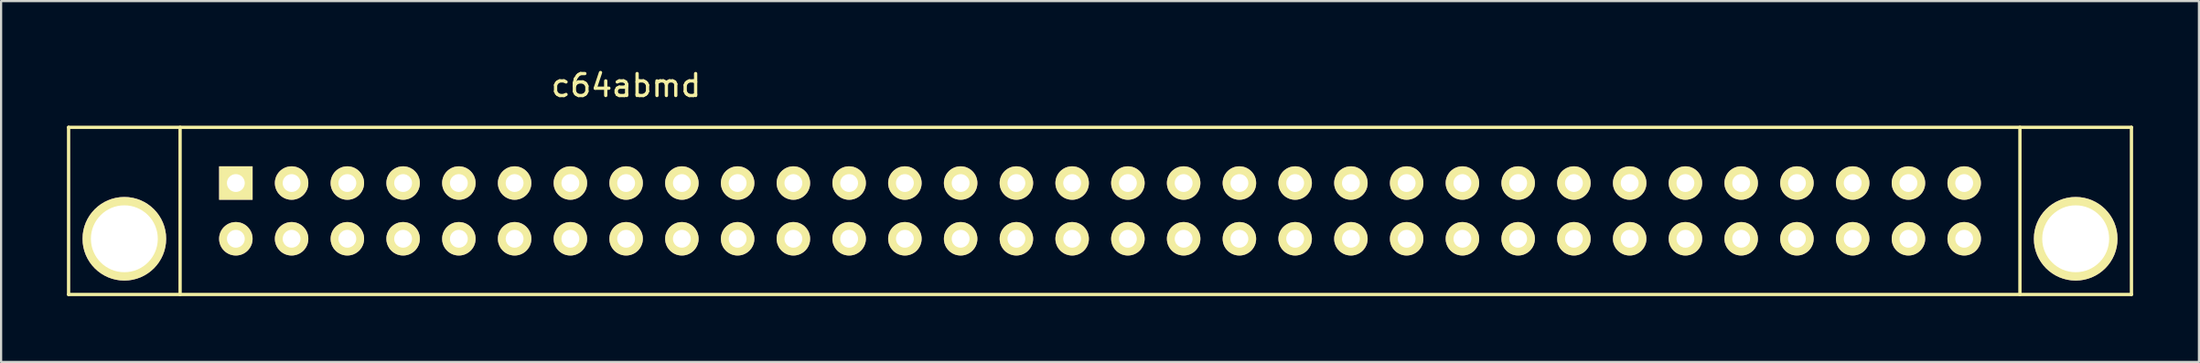
<source format=kicad_pcb>
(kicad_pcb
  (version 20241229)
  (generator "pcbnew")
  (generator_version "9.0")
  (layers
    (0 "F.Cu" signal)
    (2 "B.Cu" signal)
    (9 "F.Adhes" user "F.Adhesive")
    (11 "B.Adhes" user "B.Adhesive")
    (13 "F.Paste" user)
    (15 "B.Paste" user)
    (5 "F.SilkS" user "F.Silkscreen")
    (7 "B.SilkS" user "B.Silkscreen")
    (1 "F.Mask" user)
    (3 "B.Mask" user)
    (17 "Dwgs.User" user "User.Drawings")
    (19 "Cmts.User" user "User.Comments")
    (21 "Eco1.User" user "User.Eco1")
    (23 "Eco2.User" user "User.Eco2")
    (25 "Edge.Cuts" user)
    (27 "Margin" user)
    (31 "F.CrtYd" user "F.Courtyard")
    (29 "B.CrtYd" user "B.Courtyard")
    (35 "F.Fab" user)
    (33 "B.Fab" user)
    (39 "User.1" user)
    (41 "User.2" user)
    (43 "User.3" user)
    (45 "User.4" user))
  (footprint "c64abmd"
    (layer "F.Cu")
    (at 47.065 6.563)
    (property "Reference" "c64abmd" (at -21.59 -5.715 0) (layer "F.SilkS") (effects (font (size 1 1) (thickness 0.15))))
    (attr through_hole)
    (fp_line (start -46.99 -3.81) (end 46.99 -3.81) (stroke (width 0.15) (type solid)) (layer "F.SilkS"))
    (fp_line (start -46.99 3.81) (end -46.99 -3.81) (stroke (width 0.15) (type solid)) (layer "F.SilkS"))
    (fp_line (start -46.99 3.81) (end 46.99 3.81) (stroke (width 0.15) (type solid)) (layer "F.SilkS"))
    (fp_line (start -41.91 3.81) (end -41.91 -3.81) (stroke (width 0.15) (type solid)) (layer "F.SilkS"))
    (fp_line (start 41.91 3.81) (end 41.91 -3.81) (stroke (width 0.15) (type solid)) (layer "F.SilkS"))
    (fp_line (start 46.99 -3.81) (end 46.99 3.81) (stroke (width 0.15) (type solid)) (layer "F.SilkS"))
    (pad "65" thru_hole circle (at -44.45 1.27) (size 3.81 3.81) (drill 3.048) (layers "*.Cu" "*.Mask" "F.SilkS"))
    (pad "66" thru_hole circle (at 44.45 1.27) (size 3.81 3.81) (drill 3.048) (layers "*.Cu" "*.Mask" "F.SilkS"))
    (pad "A1" thru_hole rect (at -39.37 -1.27) (size 1.524 1.524) (drill 0.813) (layers "*.Cu" "*.Mask" "F.SilkS"))
    (pad "A2" thru_hole circle (at -36.83 -1.27) (size 1.524 1.524) (drill 0.813) (layers "*.Cu" "*.Mask" "F.SilkS"))
    (pad "A3" thru_hole circle (at -34.29 -1.27) (size 1.524 1.524) (drill 0.813) (layers "*.Cu" "*.Mask" "F.SilkS"))
    (pad "A4" thru_hole circle (at -31.75 -1.27) (size 1.524 1.524) (drill 0.813) (layers "*.Cu" "*.Mask" "F.SilkS"))
    (pad "A5" thru_hole circle (at -29.21 -1.27) (size 1.524 1.524) (drill 0.813) (layers "*.Cu" "*.Mask" "F.SilkS"))
    (pad "A6" thru_hole circle (at -26.67 -1.27) (size 1.524 1.524) (drill 0.813) (layers "*.Cu" "*.Mask" "F.SilkS"))
    (pad "A7" thru_hole circle (at -24.13 -1.27) (size 1.524 1.524) (drill 0.813) (layers "*.Cu" "*.Mask" "F.SilkS"))
    (pad "A8" thru_hole circle (at -21.59 -1.27) (size 1.524 1.524) (drill 0.813) (layers "*.Cu" "*.Mask" "F.SilkS"))
    (pad "A9" thru_hole circle (at -19.05 -1.27) (size 1.524 1.524) (drill 0.813) (layers "*.Cu" "*.Mask" "F.SilkS"))
    (pad "A10" thru_hole circle (at -16.51 -1.27) (size 1.524 1.524) (drill 0.813) (layers "*.Cu" "*.Mask" "F.SilkS"))
    (pad "A11" thru_hole circle (at -13.97 -1.27) (size 1.524 1.524) (drill 0.813) (layers "*.Cu" "*.Mask" "F.SilkS"))
    (pad "A12" thru_hole circle (at -11.43 -1.27) (size 1.524 1.524) (drill 0.813) (layers "*.Cu" "*.Mask" "F.SilkS"))
    (pad "A13" thru_hole circle (at -8.89 -1.27) (size 1.524 1.524) (drill 0.813) (layers "*.Cu" "*.Mask" "F.SilkS"))
    (pad "A14" thru_hole circle (at -6.35 -1.27) (size 1.524 1.524) (drill 0.813) (layers "*.Cu" "*.Mask" "F.SilkS"))
    (pad "A15" thru_hole circle (at -3.81 -1.27) (size 1.524 1.524) (drill 0.813) (layers "*.Cu" "*.Mask" "F.SilkS"))
    (pad "A16" thru_hole circle (at -1.27 -1.27) (size 1.524 1.524) (drill 0.813) (layers "*.Cu" "*.Mask" "F.SilkS"))
    (pad "A17" thru_hole circle (at 1.27 -1.27) (size 1.524 1.524) (drill 0.813) (layers "*.Cu" "*.Mask" "F.SilkS"))
    (pad "A18" thru_hole circle (at 3.81 -1.27) (size 1.524 1.524) (drill 0.813) (layers "*.Cu" "*.Mask" "F.SilkS"))
    (pad "A19" thru_hole circle (at 6.35 -1.27) (size 1.524 1.524) (drill 0.813) (layers "*.Cu" "*.Mask" "F.SilkS"))
    (pad "A20" thru_hole circle (at 8.89 -1.27) (size 1.524 1.524) (drill 0.813) (layers "*.Cu" "*.Mask" "F.SilkS"))
    (pad "A21" thru_hole circle (at 11.43 -1.27) (size 1.524 1.524) (drill 0.813) (layers "*.Cu" "*.Mask" "F.SilkS"))
    (pad "A22" thru_hole circle (at 13.97 -1.27) (size 1.524 1.524) (drill 0.813) (layers "*.Cu" "*.Mask" "F.SilkS"))
    (pad "A23" thru_hole circle (at 16.51 -1.27) (size 1.524 1.524) (drill 0.813) (layers "*.Cu" "*.Mask" "F.SilkS"))
    (pad "A24" thru_hole circle (at 19.05 -1.27) (size 1.524 1.524) (drill 0.813) (layers "*.Cu" "*.Mask" "F.SilkS"))
    (pad "A25" thru_hole circle (at 21.59 -1.27) (size 1.524 1.524) (drill 0.813) (layers "*.Cu" "*.Mask" "F.SilkS"))
    (pad "A26" thru_hole circle (at 24.13 -1.27) (size 1.524 1.524) (drill 0.813) (layers "*.Cu" "*.Mask" "F.SilkS"))
    (pad "A27" thru_hole circle (at 26.67 -1.27) (size 1.524 1.524) (drill 0.813) (layers "*.Cu" "*.Mask" "F.SilkS"))
    (pad "A28" thru_hole circle (at 29.21 -1.27) (size 1.524 1.524) (drill 0.813) (layers "*.Cu" "*.Mask" "F.SilkS"))
    (pad "A29" thru_hole circle (at 31.75 -1.27) (size 1.524 1.524) (drill 0.813) (layers "*.Cu" "*.Mask" "F.SilkS"))
    (pad "A30" thru_hole circle (at 34.29 -1.27) (size 1.524 1.524) (drill 0.813) (layers "*.Cu" "*.Mask" "F.SilkS"))
    (pad "A31" thru_hole circle (at 36.83 -1.27) (size 1.524 1.524) (drill 0.813) (layers "*.Cu" "*.Mask" "F.SilkS"))
    (pad "A32" thru_hole circle (at 39.37 -1.27) (size 1.524 1.524) (drill 0.813) (layers "*.Cu" "*.Mask" "F.SilkS"))
    (pad "B1" thru_hole circle (at -39.37 1.27) (size 1.524 1.524) (drill 0.813) (layers "*.Cu" "*.Mask" "F.SilkS"))
    (pad "B2" thru_hole circle (at -36.83 1.27) (size 1.524 1.524) (drill 0.813) (layers "*.Cu" "*.Mask" "F.SilkS"))
    (pad "B3" thru_hole circle (at -34.29 1.27) (size 1.524 1.524) (drill 0.813) (layers "*.Cu" "*.Mask" "F.SilkS"))
    (pad "B4" thru_hole circle (at -31.75 1.27) (size 1.524 1.524) (drill 0.813) (layers "*.Cu" "*.Mask" "F.SilkS"))
    (pad "B5" thru_hole circle (at -29.21 1.27) (size 1.524 1.524) (drill 0.813) (layers "*.Cu" "*.Mask" "F.SilkS"))
    (pad "B6" thru_hole circle (at -26.67 1.27) (size 1.524 1.524) (drill 0.813) (layers "*.Cu" "*.Mask" "F.SilkS"))
    (pad "B7" thru_hole circle (at -24.13 1.27) (size 1.524 1.524) (drill 0.813) (layers "*.Cu" "*.Mask" "F.SilkS"))
    (pad "B8" thru_hole circle (at -21.59 1.27) (size 1.524 1.524) (drill 0.813) (layers "*.Cu" "*.Mask" "F.SilkS"))
    (pad "B9" thru_hole circle (at -19.05 1.27) (size 1.524 1.524) (drill 0.813) (layers "*.Cu" "*.Mask" "F.SilkS"))
    (pad "B10" thru_hole circle (at -16.51 1.27) (size 1.524 1.524) (drill 0.813) (layers "*.Cu" "*.Mask" "F.SilkS"))
    (pad "B11" thru_hole circle (at -13.97 1.27) (size 1.524 1.524) (drill 0.813) (layers "*.Cu" "*.Mask" "F.SilkS"))
    (pad "B12" thru_hole circle (at -11.43 1.27) (size 1.524 1.524) (drill 0.813) (layers "*.Cu" "*.Mask" "F.SilkS"))
    (pad "B13" thru_hole circle (at -8.89 1.27) (size 1.524 1.524) (drill 0.813) (layers "*.Cu" "*.Mask" "F.SilkS"))
    (pad "B14" thru_hole circle (at -6.35 1.27) (size 1.524 1.524) (drill 0.813) (layers "*.Cu" "*.Mask" "F.SilkS"))
    (pad "B15" thru_hole circle (at -3.81 1.27) (size 1.524 1.524) (drill 0.813) (layers "*.Cu" "*.Mask" "F.SilkS"))
    (pad "B16" thru_hole circle (at -1.27 1.27) (size 1.524 1.524) (drill 0.813) (layers "*.Cu" "*.Mask" "F.SilkS"))
    (pad "B17" thru_hole circle (at 1.27 1.27) (size 1.524 1.524) (drill 0.813) (layers "*.Cu" "*.Mask" "F.SilkS"))
    (pad "B18" thru_hole circle (at 3.81 1.27) (size 1.524 1.524) (drill 0.813) (layers "*.Cu" "*.Mask" "F.SilkS"))
    (pad "B19" thru_hole circle (at 6.35 1.27) (size 1.524 1.524) (drill 0.813) (layers "*.Cu" "*.Mask" "F.SilkS"))
    (pad "B20" thru_hole circle (at 8.89 1.27) (size 1.524 1.524) (drill 0.813) (layers "*.Cu" "*.Mask" "F.SilkS"))
    (pad "B21" thru_hole circle (at 11.43 1.27) (size 1.524 1.524) (drill 0.813) (layers "*.Cu" "*.Mask" "F.SilkS"))
    (pad "B22" thru_hole circle (at 13.97 1.27) (size 1.524 1.524) (drill 0.813) (layers "*.Cu" "*.Mask" "F.SilkS"))
    (pad "B23" thru_hole circle (at 16.51 1.27) (size 1.524 1.524) (drill 0.813) (layers "*.Cu" "*.Mask" "F.SilkS"))
    (pad "B24" thru_hole circle (at 19.05 1.27) (size 1.524 1.524) (drill 0.813) (layers "*.Cu" "*.Mask" "F.SilkS"))
    (pad "B25" thru_hole circle (at 21.59 1.27) (size 1.524 1.524) (drill 0.813) (layers "*.Cu" "*.Mask" "F.SilkS"))
    (pad "B26" thru_hole circle (at 24.13 1.27) (size 1.524 1.524) (drill 0.813) (layers "*.Cu" "*.Mask" "F.SilkS"))
    (pad "B27" thru_hole circle (at 26.67 1.27) (size 1.524 1.524) (drill 0.813) (layers "*.Cu" "*.Mask" "F.SilkS"))
    (pad "B28" thru_hole circle (at 29.21 1.27) (size 1.524 1.524) (drill 0.813) (layers "*.Cu" "*.Mask" "F.SilkS"))
    (pad "B29" thru_hole circle (at 31.75 1.27) (size 1.524 1.524) (drill 0.813) (layers "*.Cu" "*.Mask" "F.SilkS"))
    (pad "B30" thru_hole circle (at 34.29 1.27) (size 1.524 1.524) (drill 0.813) (layers "*.Cu" "*.Mask" "F.SilkS"))
    (pad "B31" thru_hole circle (at 36.83 1.27) (size 1.524 1.524) (drill 0.813) (layers "*.Cu" "*.Mask" "F.SilkS"))
    (pad "B32" thru_hole circle (at 39.37 1.27) (size 1.524 1.524) (drill 0.813) (layers "*.Cu" "*.Mask" "F.SilkS")))
  (gr_rect
    (start -3 -3)
    (end 97.13 13.448)
    (stroke (width 0.1) (type default))
    (fill no)
    (layer "Edge.Cuts")))
</source>
